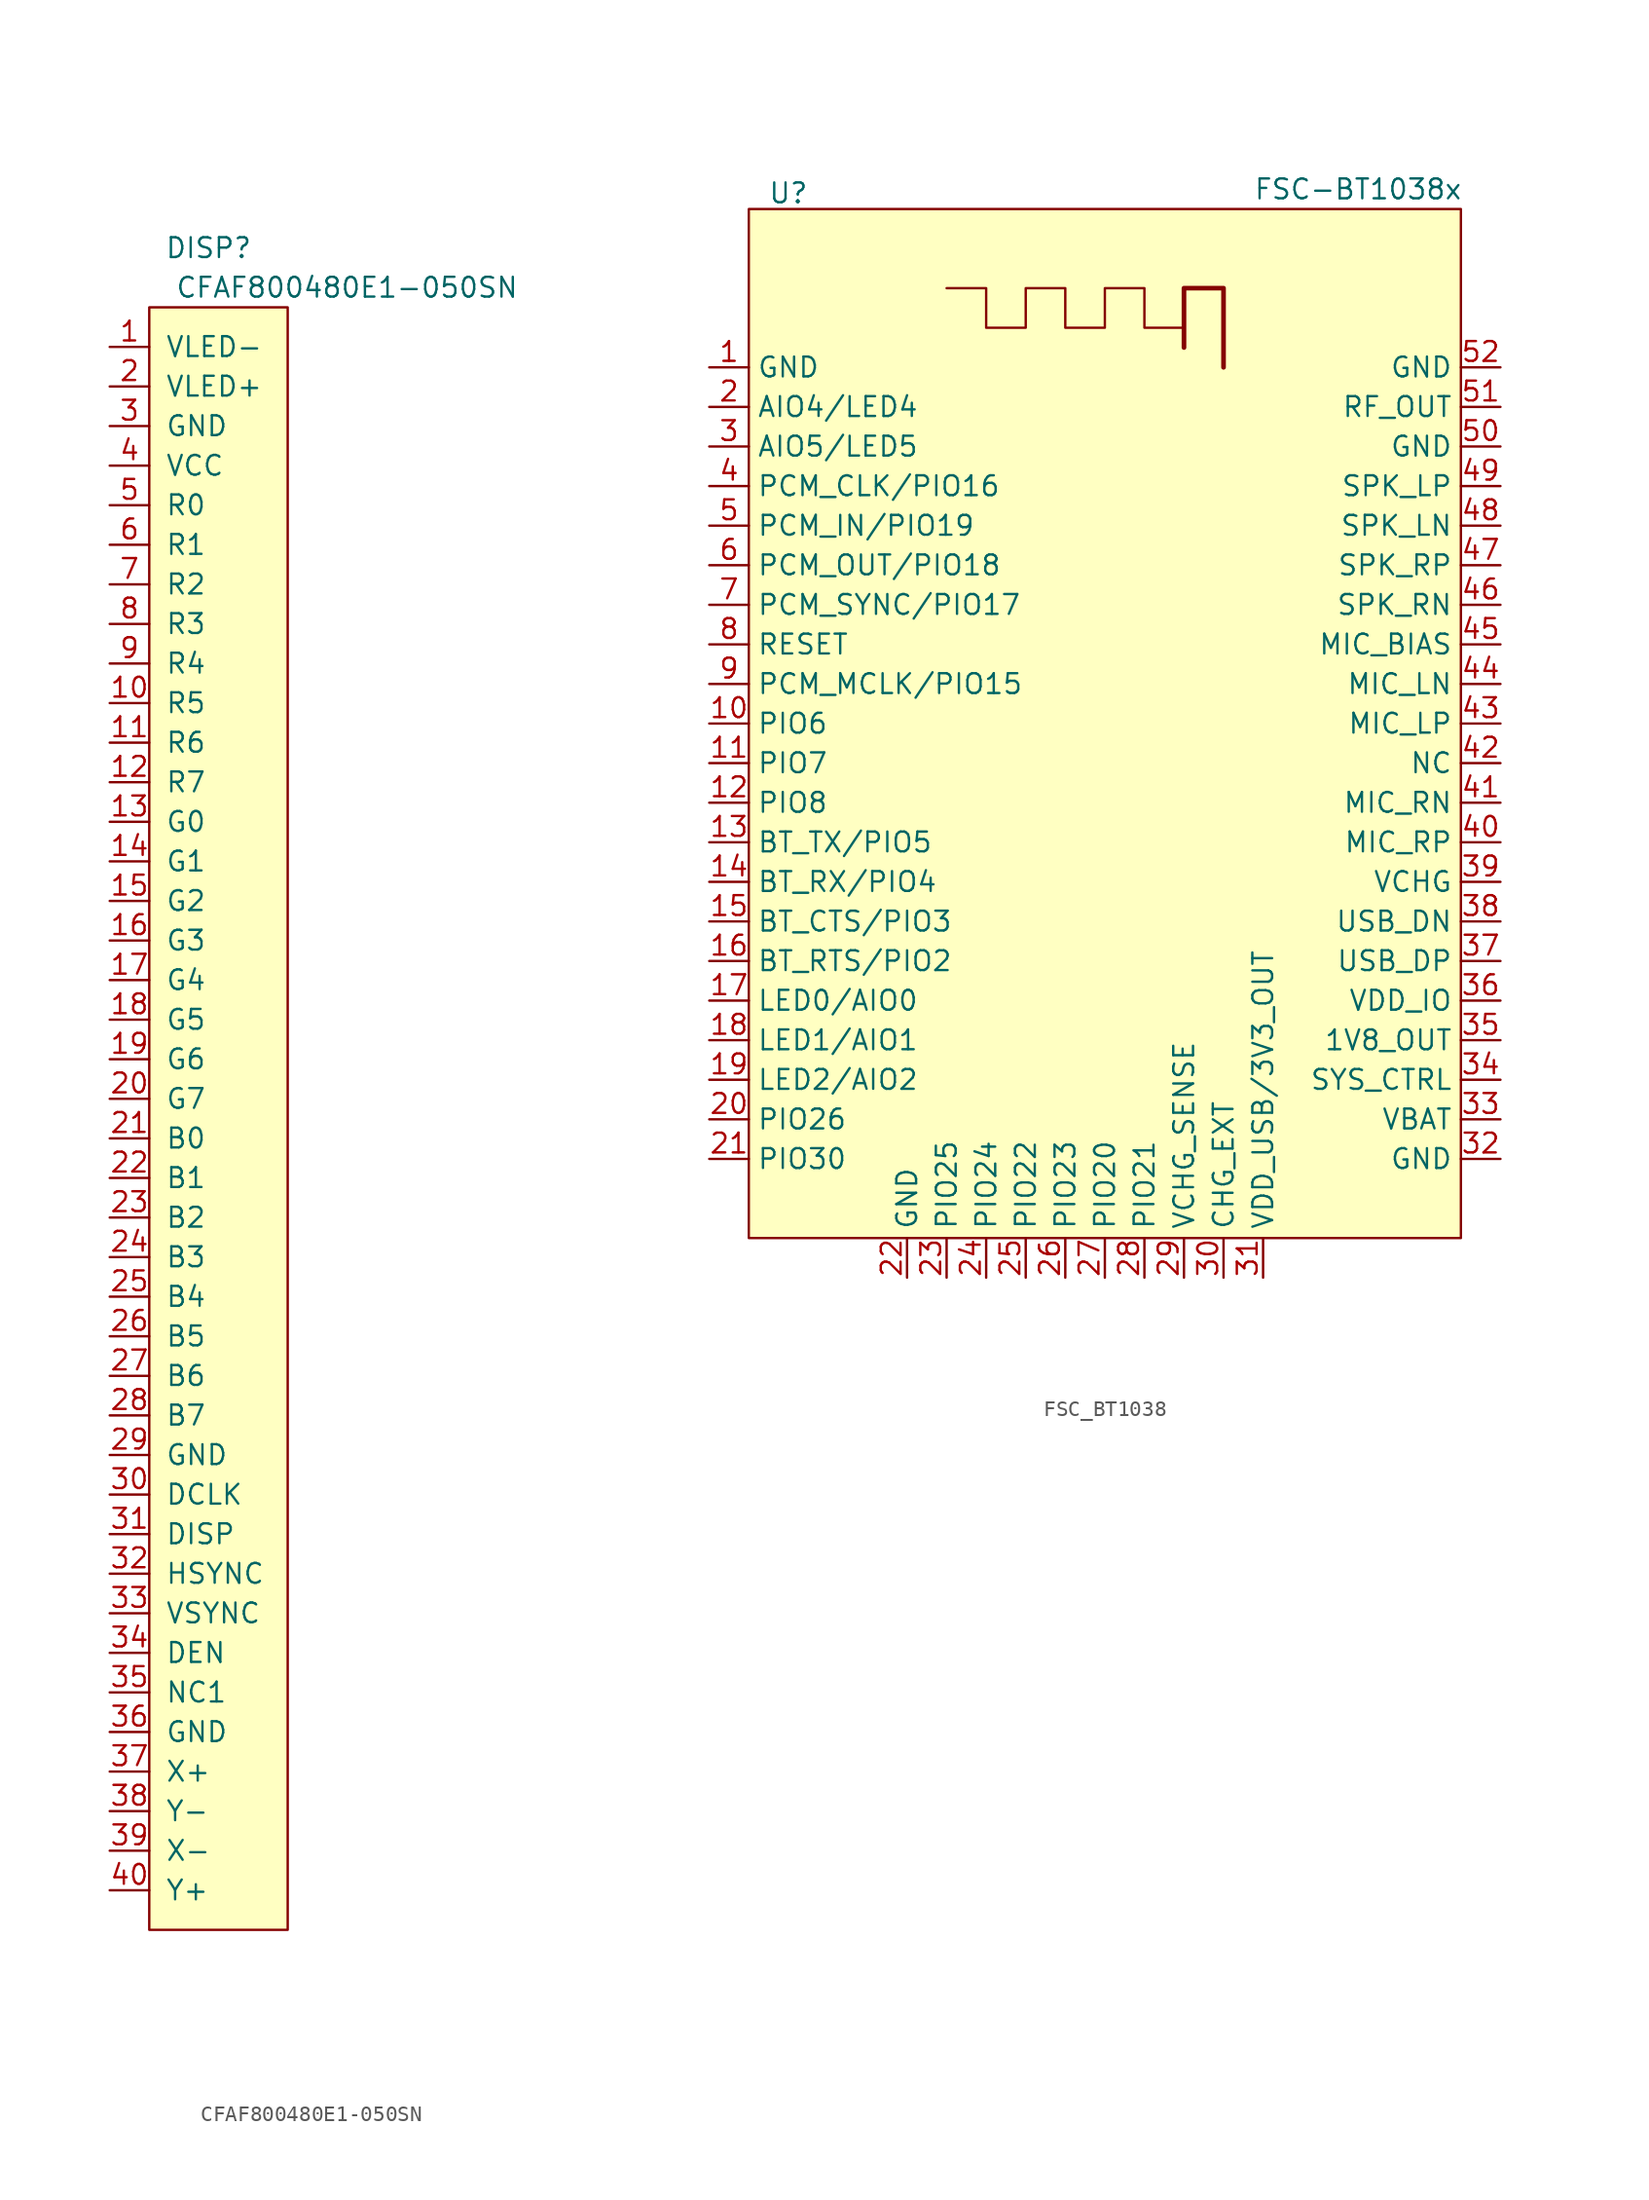
<source format=kicad_sym>
(kicad_symbol_lib
  (version 20231120)
  (generator "kicad_symbol_editor")
  (generator_version "8.0")
  (symbol "CFAF800480E1-050SN"
    (pin_names
      (offset 1.016))
    (property "Reference" "DISP"
      (at 1.27 55.88 0)
      (effects (font (size 1.27 1.27))))
    (property "Value" "CFAF800480E1-050SN"
      (at 10.16 53.34 0)
      (effects (font (size 1.27 1.27))))
    (symbol "CFAF800480E1-050SN_0_1"
      (rectangle (start -2.54 52.07) (end 6.35 -52.07) (stroke (width 0) (type default)) (fill (type background))))
    (symbol "CFAF800480E1-050SN_1_1"
      (pin input line (at -5.08 49.53 0) (length 2.54) (name "VLED-" (effects (font (size 1.27 1.27)))) (number "1" (effects (font (size 1.27 1.27)))))
      (pin input line (at -5.08 26.67 0) (length 2.54) (name "R5" (effects (font (size 1.27 1.27)))) (number "10" (effects (font (size 1.27 1.27)))))
      (pin input line (at -5.08 24.13 0) (length 2.54) (name "R6" (effects (font (size 1.27 1.27)))) (number "11" (effects (font (size 1.27 1.27)))))
      (pin input line (at -5.08 21.59 0) (length 2.54) (name "R7" (effects (font (size 1.27 1.27)))) (number "12" (effects (font (size 1.27 1.27)))))
      (pin input line (at -5.08 19.05 0) (length 2.54) (name "G0" (effects (font (size 1.27 1.27)))) (number "13" (effects (font (size 1.27 1.27)))))
      (pin input line (at -5.08 16.51 0) (length 2.54) (name "G1" (effects (font (size 1.27 1.27)))) (number "14" (effects (font (size 1.27 1.27)))))
      (pin input line (at -5.08 13.97 0) (length 2.54) (name "G2" (effects (font (size 1.27 1.27)))) (number "15" (effects (font (size 1.27 1.27)))))
      (pin input line (at -5.08 11.43 0) (length 2.54) (name "G3" (effects (font (size 1.27 1.27)))) (number "16" (effects (font (size 1.27 1.27)))))
      (pin input line (at -5.08 8.89 0) (length 2.54) (name "G4" (effects (font (size 1.27 1.27)))) (number "17" (effects (font (size 1.27 1.27)))))
      (pin input line (at -5.08 6.35 0) (length 2.54) (name "G5" (effects (font (size 1.27 1.27)))) (number "18" (effects (font (size 1.27 1.27)))))
      (pin input line (at -5.08 3.81 0) (length 2.54) (name "G6" (effects (font (size 1.27 1.27)))) (number "19" (effects (font (size 1.27 1.27)))))
      (pin input line (at -5.08 46.99 0) (length 2.54) (name "VLED+" (effects (font (size 1.27 1.27)))) (number "2" (effects (font (size 1.27 1.27)))))
      (pin input line (at -5.08 1.27 0) (length 2.54) (name "G7" (effects (font (size 1.27 1.27)))) (number "20" (effects (font (size 1.27 1.27)))))
      (pin input line (at -5.08 -1.27 0) (length 2.54) (name "B0" (effects (font (size 1.27 1.27)))) (number "21" (effects (font (size 1.27 1.27)))))
      (pin input line (at -5.08 -3.81 0) (length 2.54) (name "B1" (effects (font (size 1.27 1.27)))) (number "22" (effects (font (size 1.27 1.27)))))
      (pin input line (at -5.08 -6.35 0) (length 2.54) (name "B2" (effects (font (size 1.27 1.27)))) (number "23" (effects (font (size 1.27 1.27)))))
      (pin input line (at -5.08 -8.89 0) (length 2.54) (name "B3" (effects (font (size 1.27 1.27)))) (number "24" (effects (font (size 1.27 1.27)))))
      (pin input line (at -5.08 -11.43 0) (length 2.54) (name "B4" (effects (font (size 1.27 1.27)))) (number "25" (effects (font (size 1.27 1.27)))))
      (pin input line (at -5.08 -13.97 0) (length 2.54) (name "B5" (effects (font (size 1.27 1.27)))) (number "26" (effects (font (size 1.27 1.27)))))
      (pin input line (at -5.08 -16.51 0) (length 2.54) (name "B6" (effects (font (size 1.27 1.27)))) (number "27" (effects (font (size 1.27 1.27)))))
      (pin input line (at -5.08 -19.05 0) (length 2.54) (name "B7" (effects (font (size 1.27 1.27)))) (number "28" (effects (font (size 1.27 1.27)))))
      (pin input line (at -5.08 -21.59 0) (length 2.54) (name "GND" (effects (font (size 1.27 1.27)))) (number "29" (effects (font (size 1.27 1.27)))))
      (pin input line (at -5.08 44.45 0) (length 2.54) (name "GND" (effects (font (size 1.27 1.27)))) (number "3" (effects (font (size 1.27 1.27)))))
      (pin input line (at -5.08 -24.13 0) (length 2.54) (name "DCLK" (effects (font (size 1.27 1.27)))) (number "30" (effects (font (size 1.27 1.27)))))
      (pin input line (at -5.08 -26.67 0) (length 2.54) (name "DISP" (effects (font (size 1.27 1.27)))) (number "31" (effects (font (size 1.27 1.27)))))
      (pin input line (at -5.08 -29.21 0) (length 2.54) (name "HSYNC" (effects (font (size 1.27 1.27)))) (number "32" (effects (font (size 1.27 1.27)))))
      (pin input line (at -5.08 -31.75 0) (length 2.54) (name "VSYNC" (effects (font (size 1.27 1.27)))) (number "33" (effects (font (size 1.27 1.27)))))
      (pin input line (at -5.08 -34.29 0) (length 2.54) (name "DEN" (effects (font (size 1.27 1.27)))) (number "34" (effects (font (size 1.27 1.27)))))
      (pin input line (at -5.08 -36.83 0) (length 2.54) (name "NC1" (effects (font (size 1.27 1.27)))) (number "35" (effects (font (size 1.27 1.27)))))
      (pin input line (at -5.08 -39.37 0) (length 2.54) (name "GND" (effects (font (size 1.27 1.27)))) (number "36" (effects (font (size 1.27 1.27)))))
      (pin input line (at -5.08 -41.91 0) (length 2.54) (name "X+" (effects (font (size 1.27 1.27)))) (number "37" (effects (font (size 1.27 1.27)))))
      (pin input line (at -5.08 -44.45 0) (length 2.54) (name "Y-" (effects (font (size 1.27 1.27)))) (number "38" (effects (font (size 1.27 1.27)))))
      (pin input line (at -5.08 -46.99 0) (length 2.54) (name "X-" (effects (font (size 1.27 1.27)))) (number "39" (effects (font (size 1.27 1.27)))))
      (pin input line (at -5.08 41.91 0) (length 2.54) (name "VCC" (effects (font (size 1.27 1.27)))) (number "4" (effects (font (size 1.27 1.27)))))
      (pin input line (at -5.08 -49.53 0) (length 2.54) (name "Y+" (effects (font (size 1.27 1.27)))) (number "40" (effects (font (size 1.27 1.27)))))
      (pin input line (at -5.08 39.37 0) (length 2.54) (name "R0" (effects (font (size 1.27 1.27)))) (number "5" (effects (font (size 1.27 1.27)))))
      (pin input line (at -5.08 36.83 0) (length 2.54) (name "R1" (effects (font (size 1.27 1.27)))) (number "6" (effects (font (size 1.27 1.27)))))
      (pin input line (at -5.08 34.29 0) (length 2.54) (name "R2" (effects (font (size 1.27 1.27)))) (number "7" (effects (font (size 1.27 1.27)))))
      (pin input line (at -5.08 31.75 0) (length 2.54) (name "R3" (effects (font (size 1.27 1.27)))) (number "8" (effects (font (size 1.27 1.27)))))
      (pin input line (at -5.08 29.21 0) (length 2.54) (name "R4" (effects (font (size 1.27 1.27)))) (number "9" (effects (font (size 1.27 1.27)))))))
  (symbol "FSC_BT1038"
    (property "Reference" "U"
      (at -20.32 34.036 0)
      (effects (font (size 1.27 1.27))))
    (property "Value" "FSC-BT1038x"
      (at 16.256 34.29 0)
      (effects (font (size 1.27 1.27))))
    (symbol "FSC_BT1038_1_1"
      (rectangle (start -22.86 33.02) (end 22.86 -33.02) (stroke (width 0) (type default)) (fill (type background)))
      (polyline (pts (xy 5.08 24.13) (xy 5.08 27.94) (xy 7.62 27.94) (xy 7.62 22.86)) (stroke (width 0.3) (type default)) (fill (type none)))
      (polyline (pts (xy -10.16 27.94) (xy -7.62 27.94) (xy -7.62 25.4) (xy -5.08 25.4) (xy -5.08 27.94) (xy -2.54 27.94) (xy -2.54 25.4) (xy 0 25.4) (xy 0 27.94) (xy 2.54 27.94) (xy 2.54 25.4) (xy 5.08 25.4)) (stroke (width 0) (type default)) (fill (type none)))
      (pin power_in line (at -25.4 22.86 0) (length 2.54) (name "GND" (effects (font (size 1.27 1.27)))) (number "1" (effects (font (size 1.27 1.27)))))
      (pin input line (at -25.4 0 0) (length 2.54) (name "PIO6" (effects (font (size 1.27 1.27)))) (number "10" (effects (font (size 1.27 1.27)))))
      (pin input line (at -25.4 -2.54 0) (length 2.54) (name "PIO7" (effects (font (size 1.27 1.27)))) (number "11" (effects (font (size 1.27 1.27)))))
      (pin input line (at -25.4 -5.08 0) (length 2.54) (name "PIO8" (effects (font (size 1.27 1.27)))) (number "12" (effects (font (size 1.27 1.27)))))
      (pin input line (at -25.4 -7.62 0) (length 2.54) (name "BT_TX/PIO5" (effects (font (size 1.27 1.27)))) (number "13" (effects (font (size 1.27 1.27)))))
      (pin input line (at -25.4 -10.16 0) (length 2.54) (name "BT_RX/PIO4" (effects (font (size 1.27 1.27)))) (number "14" (effects (font (size 1.27 1.27)))))
      (pin input line (at -25.4 -12.7 0) (length 2.54) (name "BT_CTS/PIO3" (effects (font (size 1.27 1.27)))) (number "15" (effects (font (size 1.27 1.27)))))
      (pin input line (at -25.4 -15.24 0) (length 2.54) (name "BT_RTS/PIO2" (effects (font (size 1.27 1.27)))) (number "16" (effects (font (size 1.27 1.27)))))
      (pin input line (at -25.4 -17.78 0) (length 2.54) (name "LED0/AIO0" (effects (font (size 1.27 1.27)))) (number "17" (effects (font (size 1.27 1.27)))))
      (pin input line (at -25.4 -20.32 0) (length 2.54) (name "LED1/AIO1" (effects (font (size 1.27 1.27)))) (number "18" (effects (font (size 1.27 1.27)))))
      (pin input line (at -25.4 -22.86 0) (length 2.54) (name "LED2/AIO2" (effects (font (size 1.27 1.27)))) (number "19" (effects (font (size 1.27 1.27)))))
      (pin input line (at -25.4 20.32 0) (length 2.54) (name "AIO4/LED4" (effects (font (size 1.27 1.27)))) (number "2" (effects (font (size 1.27 1.27)))))
      (pin input line (at -25.4 -25.4 0) (length 2.54) (name "PIO26" (effects (font (size 1.27 1.27)))) (number "20" (effects (font (size 1.27 1.27)))))
      (pin input line (at -25.4 -27.94 0) (length 2.54) (name "PIO30" (effects (font (size 1.27 1.27)))) (number "21" (effects (font (size 1.27 1.27)))))
      (pin power_in line (at -12.7 -35.56 90) (length 2.54) (name "GND" (effects (font (size 1.27 1.27)))) (number "22" (effects (font (size 1.27 1.27)))))
      (pin input line (at -10.16 -35.56 90) (length 2.54) (name "PIO25" (effects (font (size 1.27 1.27)))) (number "23" (effects (font (size 1.27 1.27)))))
      (pin input line (at -7.62 -35.56 90) (length 2.54) (name "PIO24" (effects (font (size 1.27 1.27)))) (number "24" (effects (font (size 1.27 1.27)))))
      (pin input line (at -5.08 -35.56 90) (length 2.54) (name "PIO22" (effects (font (size 1.27 1.27)))) (number "25" (effects (font (size 1.27 1.27)))))
      (pin input line (at -2.54 -35.56 90) (length 2.54) (name "PIO23" (effects (font (size 1.27 1.27)))) (number "26" (effects (font (size 1.27 1.27)))))
      (pin input line (at 0 -35.56 90) (length 2.54) (name "PIO20" (effects (font (size 1.27 1.27)))) (number "27" (effects (font (size 1.27 1.27)))))
      (pin input line (at 2.54 -35.56 90) (length 2.54) (name "PIO21" (effects (font (size 1.27 1.27)))) (number "28" (effects (font (size 1.27 1.27)))))
      (pin input line (at 5.08 -35.56 90) (length 2.54) (name "VCHG_SENSE" (effects (font (size 1.27 1.27)))) (number "29" (effects (font (size 1.27 1.27)))))
      (pin input line (at -25.4 17.78 0) (length 2.54) (name "AIO5/LED5" (effects (font (size 1.27 1.27)))) (number "3" (effects (font (size 1.27 1.27)))))
      (pin input line (at 7.62 -35.56 90) (length 2.54) (name "CHG_EXT" (effects (font (size 1.27 1.27)))) (number "30" (effects (font (size 1.27 1.27)))))
      (pin input line (at 10.16 -35.56 90) (length 2.54) (name "VDD_USB/3V3_OUT" (effects (font (size 1.27 1.27)))) (number "31" (effects (font (size 1.27 1.27)))))
      (pin power_in line (at 25.4 -27.94 180) (length 2.54) (name "GND" (effects (font (size 1.27 1.27)))) (number "32" (effects (font (size 1.27 1.27)))))
      (pin power_in line (at 25.4 -25.4 180) (length 2.54) (name "VBAT" (effects (font (size 1.27 1.27)))) (number "33" (effects (font (size 1.27 1.27)))))
      (pin input line (at 25.4 -22.86 180) (length 2.54) (name "SYS_CTRL" (effects (font (size 1.27 1.27)))) (number "34" (effects (font (size 1.27 1.27)))))
      (pin input line (at 25.4 -20.32 180) (length 2.54) (name "1V8_OUT" (effects (font (size 1.27 1.27)))) (number "35" (effects (font (size 1.27 1.27)))))
      (pin input line (at 25.4 -17.78 180) (length 2.54) (name "VDD_IO" (effects (font (size 1.27 1.27)))) (number "36" (effects (font (size 1.27 1.27)))))
      (pin input line (at 25.4 -15.24 180) (length 2.54) (name "USB_DP" (effects (font (size 1.27 1.27)))) (number "37" (effects (font (size 1.27 1.27)))))
      (pin input line (at 25.4 -12.7 180) (length 2.54) (name "USB_DN" (effects (font (size 1.27 1.27)))) (number "38" (effects (font (size 1.27 1.27)))))
      (pin input line (at 25.4 -10.16 180) (length 2.54) (name "VCHG" (effects (font (size 1.27 1.27)))) (number "39" (effects (font (size 1.27 1.27)))))
      (pin input line (at -25.4 15.24 0) (length 2.54) (name "PCM_CLK/PIO16" (effects (font (size 1.27 1.27)))) (number "4" (effects (font (size 1.27 1.27)))))
      (pin input line (at 25.4 -7.62 180) (length 2.54) (name "MIC_RP" (effects (font (size 1.27 1.27)))) (number "40" (effects (font (size 1.27 1.27)))))
      (pin input line (at 25.4 -5.08 180) (length 2.54) (name "MIC_RN" (effects (font (size 1.27 1.27)))) (number "41" (effects (font (size 1.27 1.27)))))
      (pin input line (at 25.4 -2.54 180) (length 2.54) (name "NC" (effects (font (size 1.27 1.27)))) (number "42" (effects (font (size 1.27 1.27)))))
      (pin input line (at 25.4 0 180) (length 2.54) (name "MIC_LP" (effects (font (size 1.27 1.27)))) (number "43" (effects (font (size 1.27 1.27)))))
      (pin input line (at 25.4 2.54 180) (length 2.54) (name "MIC_LN" (effects (font (size 1.27 1.27)))) (number "44" (effects (font (size 1.27 1.27)))))
      (pin input line (at 25.4 5.08 180) (length 2.54) (name "MIC_BIAS" (effects (font (size 1.27 1.27)))) (number "45" (effects (font (size 1.27 1.27)))))
      (pin input line (at 25.4 7.62 180) (length 2.54) (name "SPK_RN" (effects (font (size 1.27 1.27)))) (number "46" (effects (font (size 1.27 1.27)))))
      (pin input line (at 25.4 10.16 180) (length 2.54) (name "SPK_RP" (effects (font (size 1.27 1.27)))) (number "47" (effects (font (size 1.27 1.27)))))
      (pin input line (at 25.4 12.7 180) (length 2.54) (name "SPK_LN" (effects (font (size 1.27 1.27)))) (number "48" (effects (font (size 1.27 1.27)))))
      (pin input line (at 25.4 15.24 180) (length 2.54) (name "SPK_LP" (effects (font (size 1.27 1.27)))) (number "49" (effects (font (size 1.27 1.27)))))
      (pin input line (at -25.4 12.7 0) (length 2.54) (name "PCM_IN/PIO19" (effects (font (size 1.27 1.27)))) (number "5" (effects (font (size 1.27 1.27)))))
      (pin power_in line (at 25.4 17.78 180) (length 2.54) (name "GND" (effects (font (size 1.27 1.27)))) (number "50" (effects (font (size 1.27 1.27)))))
      (pin input line (at 25.4 20.32 180) (length 2.54) (name "RF_OUT" (effects (font (size 1.27 1.27)))) (number "51" (effects (font (size 1.27 1.27)))))
      (pin power_in line (at 25.4 22.86 180) (length 2.54) (name "GND" (effects (font (size 1.27 1.27)))) (number "52" (effects (font (size 1.27 1.27)))))
      (pin input line (at -25.4 10.16 0) (length 2.54) (name "PCM_OUT/PIO18" (effects (font (size 1.27 1.27)))) (number "6" (effects (font (size 1.27 1.27)))))
      (pin input line (at -25.4 7.62 0) (length 2.54) (name "PCM_SYNC/PIO17" (effects (font (size 1.27 1.27)))) (number "7" (effects (font (size 1.27 1.27)))))
      (pin input line (at -25.4 5.08 0) (length 2.54) (name "RESET" (effects (font (size 1.27 1.27)))) (number "8" (effects (font (size 1.27 1.27)))))
      (pin input line (at -25.4 2.54 0) (length 2.54) (name "PCM_MCLK/PIO15" (effects (font (size 1.27 1.27)))) (number "9" (effects (font (size 1.27 1.27))))))))
</source>
